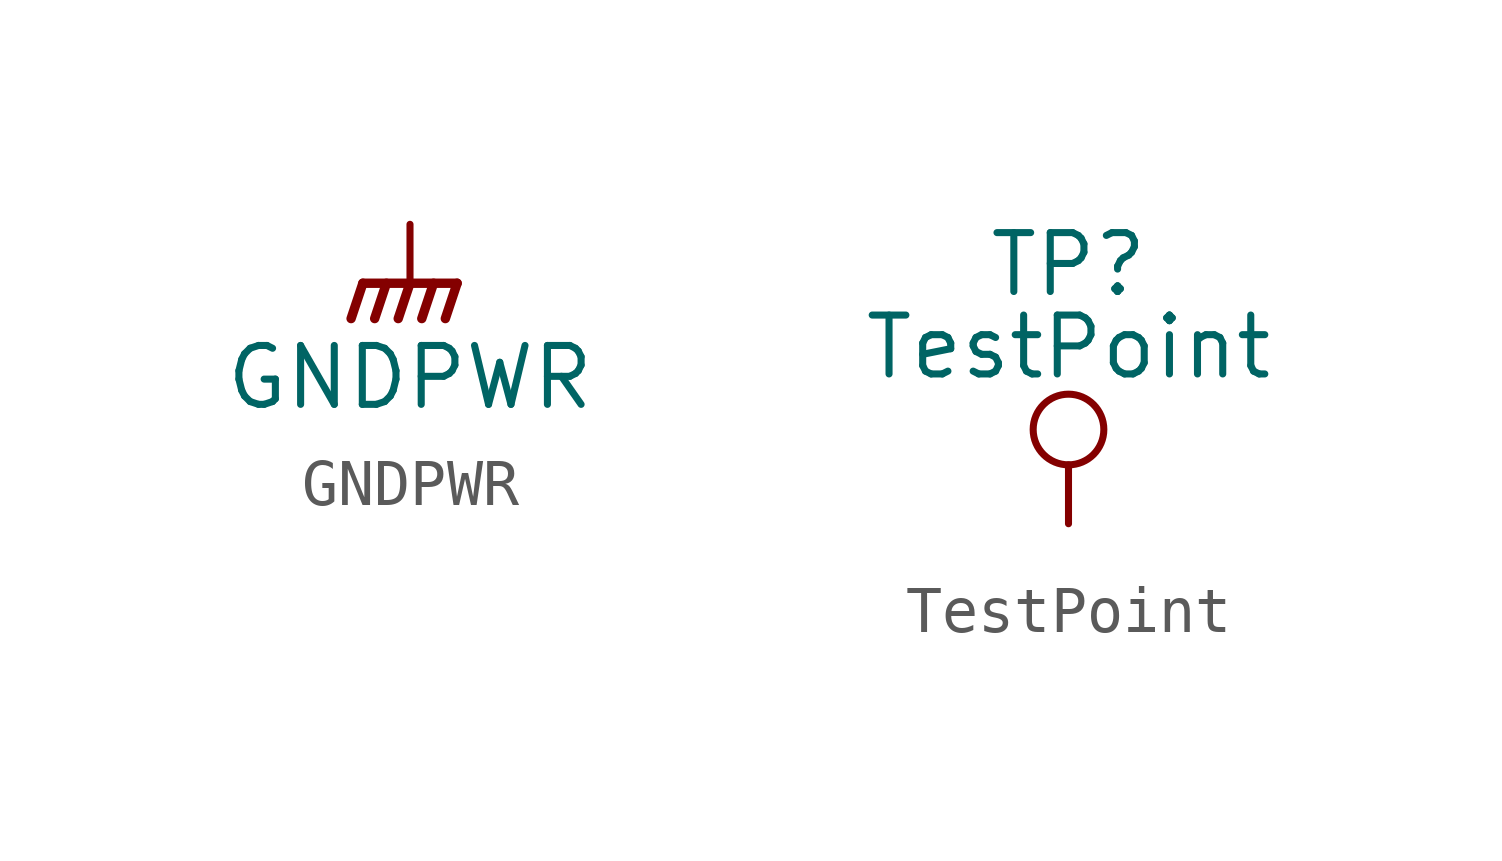
<source format=kicad_sym>
(kicad_symbol_lib
  (version 20211014)
  (generator kicad_symbol_editor)
  (symbol "GNDPWR"
    (power)
    (pin_names
      (offset 0))
    (property "Reference" "#PWR"
      (at 0 -5.08 0)
      (effects (font (size 1.27 1.27)) hide))
    (property "Value" "GNDPWR"
      (at 0 -3.302 0)
      (effects (font (size 1.27 1.27))))
    (symbol "GNDPWR_0_1"
      (polyline (pts (xy 0 -1.27) (xy 0 0)) (stroke (width 0) (type default) (color 0 0 0 0)) (fill (type none)))
      (polyline (pts (xy -1.016 -1.27) (xy -1.27 -2.032) (xy -1.27 -2.032)) (stroke (width 0.203) (type default) (color 0 0 0 0)) (fill (type none)))
      (polyline (pts (xy -0.508 -1.27) (xy -0.762 -2.032) (xy -0.762 -2.032)) (stroke (width 0.203) (type default) (color 0 0 0 0)) (fill (type none)))
      (polyline (pts (xy 0 -1.27) (xy -0.254 -2.032) (xy -0.254 -2.032)) (stroke (width 0.203) (type default) (color 0 0 0 0)) (fill (type none)))
      (polyline (pts (xy 0.508 -1.27) (xy 0.254 -2.032) (xy 0.254 -2.032)) (stroke (width 0.203) (type default) (color 0 0 0 0)) (fill (type none)))
      (polyline (pts (xy 1.016 -1.27) (xy -1.016 -1.27) (xy -1.016 -1.27)) (stroke (width 0.203) (type default) (color 0 0 0 0)) (fill (type none)))
      (polyline (pts (xy 1.016 -1.27) (xy 0.762 -2.032) (xy 0.762 -2.032) (xy 0.762 -2.032)) (stroke (width 0.203) (type default) (color 0 0 0 0)) (fill (type none))))
    (symbol "GNDPWR_1_1"
      (pin power_out line (at 0 0 270) (length 0) hide (name "GNDPWR" (effects (font (size 1.27 1.27)))) (number "1" (effects (font (size 1.27 1.27)))))))
  (symbol "TestPoint"
    (pin_numbers hide)
    (pin_names
      (offset 0.762) hide)
    (property "Reference" "TP"
      (at 0 5.588 0)
      (effects (font (size 1.27 1.27))))
    (property "Value" "TestPoint"
      (at 0 3.81 0)
      (effects (font (size 1.27 1.27))))
    (symbol "TestPoint_0_1"
      (circle (center 0 2.032) (radius 0.762) (stroke (width 0) (type default) (color 0 0 0 0)) (fill (type none))))
    (symbol "TestPoint_1_1"
      (pin passive line (at 0 0 90) (length 1.27) (name "1" (effects (font (size 1.27 1.27)))) (number "1" (effects (font (size 1.27 1.27))))))))
</source>
